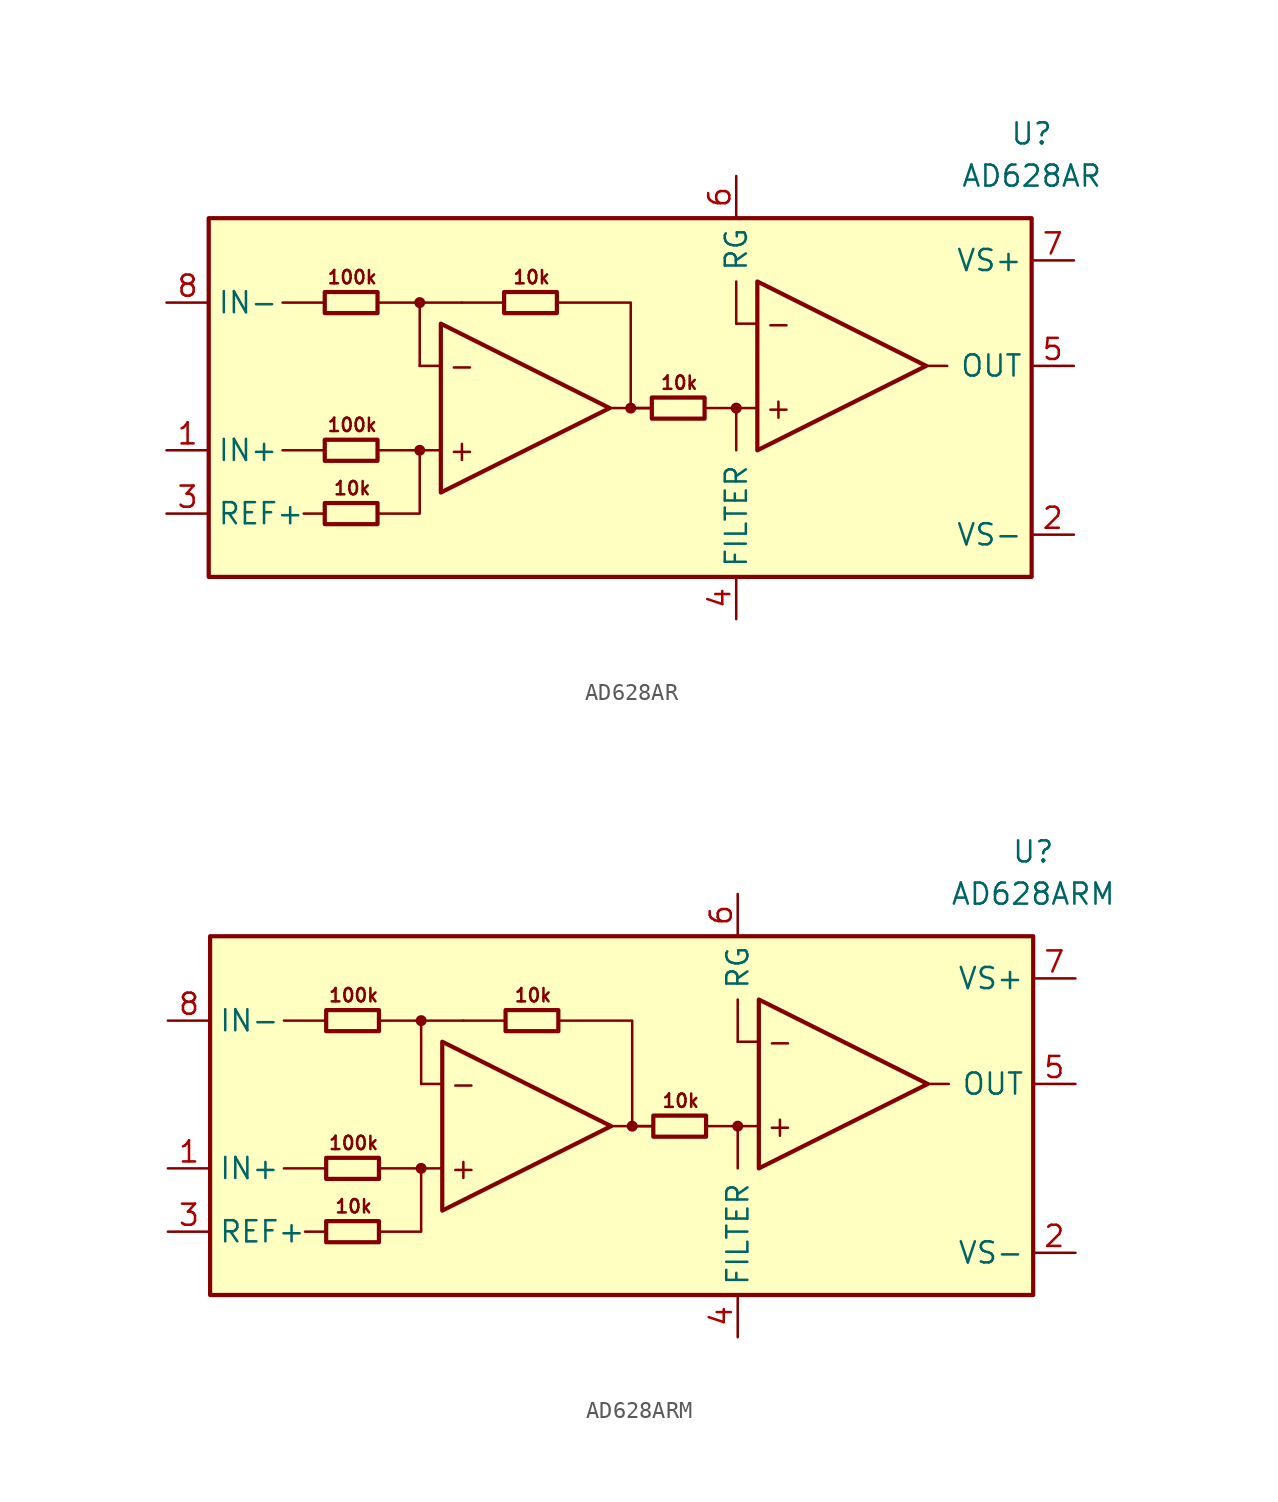
<source format=kicad_sym>
(kicad_symbol_lib
  (version 20211014)
  (generator kicad_symbol_editor)
  (symbol "AD628AR"
    (property "Reference" "U"
      (at 24.13 15.24 0)
      (effects (font (size 1.27 1.27))))
    (property "Value" "AD628AR"
      (at 24.13 12.7 0)
      (effects (font (size 1.27 1.27))))
    (symbol "AD628AR_0_0"
      (rectangle (start -25.4 10.16) (end 24.13 -11.43) (stroke (width 0.254) (type default) (color 0 0 0 0)) (fill (type background)))
      (circle (center -12.7 -3.81) (radius 0.254) (stroke (width 0.152) (type default) (color 0 0 0 0)) (fill (type outline)))
      (circle (center -12.7 5.08) (radius 0.254) (stroke (width 0.152) (type default) (color 0 0 0 0)) (fill (type outline)))
      (circle (center 0 -1.27) (radius 0.254) (stroke (width 0.152) (type default) (color 0 0 0 0)) (fill (type outline)))
      (polyline (pts (xy -18.415 -7.62) (xy -19.685 -7.62)) (stroke (width 0.152) (type default) (color 0 0 0 0)) (fill (type none)))
      (polyline (pts (xy -18.415 -3.81) (xy -20.955 -3.81)) (stroke (width 0.152) (type default) (color 0 0 0 0)) (fill (type none)))
      (polyline (pts (xy -18.415 5.08) (xy -20.955 5.08)) (stroke (width 0.152) (type default) (color 0 0 0 0)) (fill (type none)))
      (polyline (pts (xy -12.7 1.27) (xy -12.7 5.08)) (stroke (width 0.152) (type default) (color 0 0 0 0)) (fill (type none)))
      (polyline (pts (xy -11.43 -3.81) (xy -15.24 -3.81)) (stroke (width 0.152) (type default) (color 0 0 0 0)) (fill (type none)))
      (polyline (pts (xy -11.43 1.27) (xy -12.7 1.27)) (stroke (width 0.152) (type default) (color 0 0 0 0)) (fill (type none)))
      (polyline (pts (xy -10.16 5.08) (xy -15.24 5.08)) (stroke (width 0.152) (type default) (color 0 0 0 0)) (fill (type none)))
      (polyline (pts (xy -7.62 5.08) (xy -10.16 5.08)) (stroke (width 0.152) (type default) (color 0 0 0 0)) (fill (type none)))
      (polyline (pts (xy 0 -1.27) (xy 1.27 -1.27)) (stroke (width 0.152) (type default) (color 0 0 0 0)) (fill (type none)))
      (polyline (pts (xy 1.27 -1.27) (xy -1.27 -1.27)) (stroke (width 0.152) (type default) (color 0 0 0 0)) (fill (type none)))
      (polyline (pts (xy 4.445 -1.27) (xy 6.35 -1.27)) (stroke (width 0.152) (type default) (color 0 0 0 0)) (fill (type none)))
      (polyline (pts (xy 6.35 -1.27) (xy 6.35 -3.81)) (stroke (width 0.152) (type default) (color 0 0 0 0)) (fill (type none)))
      (polyline (pts (xy 6.35 3.81) (xy 6.35 6.35)) (stroke (width 0.152) (type default) (color 0 0 0 0)) (fill (type none)))
      (polyline (pts (xy 7.62 -1.27) (xy 6.35 -1.27)) (stroke (width 0.152) (type default) (color 0 0 0 0)) (fill (type none)))
      (polyline (pts (xy 7.62 3.81) (xy 6.35 3.81)) (stroke (width 0.152) (type default) (color 0 0 0 0)) (fill (type none)))
      (polyline (pts (xy 17.78 1.27) (xy 19.05 1.27)) (stroke (width 0.152) (type default) (color 0 0 0 0)) (fill (type none)))
      (polyline (pts (xy -15.24 -7.62) (xy -12.7 -7.62) (xy -12.7 -3.81)) (stroke (width 0.152) (type default) (color 0 0 0 0)) (fill (type none)))
      (polyline (pts (xy -4.445 5.08) (xy 0 5.08) (xy 0 -1.27) (xy 0 -1.27)) (stroke (width 0.152) (type default) (color 0 0 0 0)) (fill (type none)))
      (circle (center 6.35 -1.27) (radius 0.254) (stroke (width 0.152) (type default) (color 0 0 0 0)) (fill (type outline)))
      (text "+" (at -10.16 -3.81 0) (effects (font (size 1.27 1.27))))
      (text "+" (at 8.89 -1.27 0) (effects (font (size 1.27 1.27))))
      (text "-" (at -10.16 1.27 0) (effects (font (size 1.27 1.27))))
      (text "-" (at 8.89 3.81 0) (effects (font (size 1.27 1.27))))
      (text "100k" (at -16.764 -2.286 0) (effects (font (size 0.8 0.8))))
      (text "100k" (at -16.764 6.604 0) (effects (font (size 0.8 0.8))))
      (text "10k" (at -16.764 -6.096 0) (effects (font (size 0.8 0.8))))
      (text "10k" (at -5.969 6.604 0) (effects (font (size 0.8 0.8))))
      (text "10k" (at 2.921 0.254 0) (effects (font (size 0.8 0.8)))))
    (symbol "AD628AR_0_1"
      (rectangle (start -18.415 -6.985) (end -15.24 -8.255) (stroke (width 0.254) (type default) (color 0 0 0 0)) (fill (type none)))
      (rectangle (start -18.415 -3.175) (end -15.24 -4.445) (stroke (width 0.254) (type default) (color 0 0 0 0)) (fill (type none)))
      (rectangle (start -18.415 5.715) (end -15.24 4.445) (stroke (width 0.254) (type default) (color 0 0 0 0)) (fill (type none)))
      (rectangle (start -7.62 5.715) (end -4.445 4.445) (stroke (width 0.254) (type default) (color 0 0 0 0)) (fill (type none)))
      (polyline (pts (xy -11.43 3.81) (xy -11.43 -6.35) (xy -1.27 -1.27) (xy -11.43 3.81)) (stroke (width 0.254) (type default) (color 0 0 0 0)) (fill (type none)))
      (polyline (pts (xy 7.62 6.35) (xy 7.62 -3.81) (xy 17.78 1.27) (xy 7.62 6.35)) (stroke (width 0.254) (type default) (color 0 0 0 0)) (fill (type none)))
      (rectangle (start 1.27 -0.635) (end 4.445 -1.905) (stroke (width 0.254) (type default) (color 0 0 0 0)) (fill (type none))))
    (symbol "AD628AR_1_1"
      (pin input line (at -27.94 -3.81 0) (length 2.54) (name "IN+" (effects (font (size 1.27 1.27)))) (number "1" (effects (font (size 1.27 1.27)))))
      (pin power_in line (at 26.67 -8.89 180) (length 2.54) (name "VS-" (effects (font (size 1.27 1.27)))) (number "2" (effects (font (size 1.27 1.27)))))
      (pin input line (at -27.94 -7.62 0) (length 2.54) (name "REF+" (effects (font (size 1.27 1.27)))) (number "3" (effects (font (size 1.27 1.27)))))
      (pin passive line (at 6.35 -13.97 90) (length 2.54) (name "FILTER" (effects (font (size 1.27 1.27)))) (number "4" (effects (font (size 1.27 1.27)))))
      (pin output line (at 26.67 1.27 180) (length 2.54) (name "OUT" (effects (font (size 1.27 1.27)))) (number "5" (effects (font (size 1.27 1.27)))))
      (pin passive line (at 6.35 12.7 270) (length 2.54) (name "RG" (effects (font (size 1.27 1.27)))) (number "6" (effects (font (size 1.27 1.27)))))
      (pin power_in line (at 26.67 7.62 180) (length 2.54) (name "VS+" (effects (font (size 1.27 1.27)))) (number "7" (effects (font (size 1.27 1.27)))))
      (pin input line (at -27.94 5.08 0) (length 2.54) (name "IN-" (effects (font (size 1.27 1.27)))) (number "8" (effects (font (size 1.27 1.27)))))))
  (symbol "AD628ARM"
    (property "Reference" "U"
      (at 24.13 15.24 0)
      (effects (font (size 1.27 1.27))))
    (property "Value" "AD628ARM"
      (at 24.13 12.7 0)
      (effects (font (size 1.27 1.27))))
    (symbol "AD628ARM_0_0"
      (rectangle (start -25.4 10.16) (end 24.13 -11.43) (stroke (width 0.254) (type default) (color 0 0 0 0)) (fill (type background)))
      (circle (center -12.7 -3.81) (radius 0.254) (stroke (width 0.152) (type default) (color 0 0 0 0)) (fill (type outline)))
      (circle (center -12.7 5.08) (radius 0.254) (stroke (width 0.152) (type default) (color 0 0 0 0)) (fill (type outline)))
      (circle (center 0 -1.27) (radius 0.254) (stroke (width 0.152) (type default) (color 0 0 0 0)) (fill (type outline)))
      (polyline (pts (xy -18.415 -7.62) (xy -19.685 -7.62)) (stroke (width 0.152) (type default) (color 0 0 0 0)) (fill (type none)))
      (polyline (pts (xy -18.415 -3.81) (xy -20.955 -3.81)) (stroke (width 0.152) (type default) (color 0 0 0 0)) (fill (type none)))
      (polyline (pts (xy -18.415 5.08) (xy -20.955 5.08)) (stroke (width 0.152) (type default) (color 0 0 0 0)) (fill (type none)))
      (polyline (pts (xy -12.7 1.27) (xy -12.7 5.08)) (stroke (width 0.152) (type default) (color 0 0 0 0)) (fill (type none)))
      (polyline (pts (xy -11.43 -3.81) (xy -15.24 -3.81)) (stroke (width 0.152) (type default) (color 0 0 0 0)) (fill (type none)))
      (polyline (pts (xy -11.43 1.27) (xy -12.7 1.27)) (stroke (width 0.152) (type default) (color 0 0 0 0)) (fill (type none)))
      (polyline (pts (xy -10.16 5.08) (xy -15.24 5.08)) (stroke (width 0.152) (type default) (color 0 0 0 0)) (fill (type none)))
      (polyline (pts (xy -7.62 5.08) (xy -10.16 5.08)) (stroke (width 0.152) (type default) (color 0 0 0 0)) (fill (type none)))
      (polyline (pts (xy 0 -1.27) (xy 1.27 -1.27)) (stroke (width 0.152) (type default) (color 0 0 0 0)) (fill (type none)))
      (polyline (pts (xy 1.27 -1.27) (xy -1.27 -1.27)) (stroke (width 0.152) (type default) (color 0 0 0 0)) (fill (type none)))
      (polyline (pts (xy 4.445 -1.27) (xy 6.35 -1.27)) (stroke (width 0.152) (type default) (color 0 0 0 0)) (fill (type none)))
      (polyline (pts (xy 6.35 -1.27) (xy 6.35 -3.81)) (stroke (width 0.152) (type default) (color 0 0 0 0)) (fill (type none)))
      (polyline (pts (xy 6.35 3.81) (xy 6.35 6.35)) (stroke (width 0.152) (type default) (color 0 0 0 0)) (fill (type none)))
      (polyline (pts (xy 7.62 -1.27) (xy 6.35 -1.27)) (stroke (width 0.152) (type default) (color 0 0 0 0)) (fill (type none)))
      (polyline (pts (xy 7.62 3.81) (xy 6.35 3.81)) (stroke (width 0.152) (type default) (color 0 0 0 0)) (fill (type none)))
      (polyline (pts (xy 17.78 1.27) (xy 19.05 1.27)) (stroke (width 0.152) (type default) (color 0 0 0 0)) (fill (type none)))
      (polyline (pts (xy -15.24 -7.62) (xy -12.7 -7.62) (xy -12.7 -3.81)) (stroke (width 0.152) (type default) (color 0 0 0 0)) (fill (type none)))
      (polyline (pts (xy -4.445 5.08) (xy 0 5.08) (xy 0 -1.27) (xy 0 -1.27)) (stroke (width 0.152) (type default) (color 0 0 0 0)) (fill (type none)))
      (circle (center 6.35 -1.27) (radius 0.254) (stroke (width 0.152) (type default) (color 0 0 0 0)) (fill (type outline)))
      (text "+" (at -10.16 -3.81 0) (effects (font (size 1.27 1.27))))
      (text "+" (at 8.89 -1.27 0) (effects (font (size 1.27 1.27))))
      (text "-" (at -10.16 1.27 0) (effects (font (size 1.27 1.27))))
      (text "-" (at 8.89 3.81 0) (effects (font (size 1.27 1.27))))
      (text "100k" (at -16.764 -2.286 0) (effects (font (size 0.8 0.8))))
      (text "100k" (at -16.764 6.604 0) (effects (font (size 0.8 0.8))))
      (text "10k" (at -16.764 -6.096 0) (effects (font (size 0.8 0.8))))
      (text "10k" (at -5.969 6.604 0) (effects (font (size 0.8 0.8))))
      (text "10k" (at 2.921 0.254 0) (effects (font (size 0.8 0.8)))))
    (symbol "AD628ARM_0_1"
      (rectangle (start -18.415 -6.985) (end -15.24 -8.255) (stroke (width 0.254) (type default) (color 0 0 0 0)) (fill (type none)))
      (rectangle (start -18.415 -3.175) (end -15.24 -4.445) (stroke (width 0.254) (type default) (color 0 0 0 0)) (fill (type none)))
      (rectangle (start -18.415 5.715) (end -15.24 4.445) (stroke (width 0.254) (type default) (color 0 0 0 0)) (fill (type none)))
      (rectangle (start -7.62 5.715) (end -4.445 4.445) (stroke (width 0.254) (type default) (color 0 0 0 0)) (fill (type none)))
      (polyline (pts (xy -11.43 3.81) (xy -11.43 -6.35) (xy -1.27 -1.27) (xy -11.43 3.81)) (stroke (width 0.254) (type default) (color 0 0 0 0)) (fill (type none)))
      (polyline (pts (xy 7.62 6.35) (xy 7.62 -3.81) (xy 17.78 1.27) (xy 7.62 6.35)) (stroke (width 0.254) (type default) (color 0 0 0 0)) (fill (type none)))
      (rectangle (start 1.27 -0.635) (end 4.445 -1.905) (stroke (width 0.254) (type default) (color 0 0 0 0)) (fill (type none))))
    (symbol "AD628ARM_1_1"
      (pin input line (at -27.94 -3.81 0) (length 2.54) (name "IN+" (effects (font (size 1.27 1.27)))) (number "1" (effects (font (size 1.27 1.27)))))
      (pin power_in line (at 26.67 -8.89 180) (length 2.54) (name "VS-" (effects (font (size 1.27 1.27)))) (number "2" (effects (font (size 1.27 1.27)))))
      (pin input line (at -27.94 -7.62 0) (length 2.54) (name "REF+" (effects (font (size 1.27 1.27)))) (number "3" (effects (font (size 1.27 1.27)))))
      (pin passive line (at 6.35 -13.97 90) (length 2.54) (name "FILTER" (effects (font (size 1.27 1.27)))) (number "4" (effects (font (size 1.27 1.27)))))
      (pin output line (at 26.67 1.27 180) (length 2.54) (name "OUT" (effects (font (size 1.27 1.27)))) (number "5" (effects (font (size 1.27 1.27)))))
      (pin passive line (at 6.35 12.7 270) (length 2.54) (name "RG" (effects (font (size 1.27 1.27)))) (number "6" (effects (font (size 1.27 1.27)))))
      (pin power_in line (at 26.67 7.62 180) (length 2.54) (name "VS+" (effects (font (size 1.27 1.27)))) (number "7" (effects (font (size 1.27 1.27)))))
      (pin input line (at -27.94 5.08 0) (length 2.54) (name "IN-" (effects (font (size 1.27 1.27)))) (number "8" (effects (font (size 1.27 1.27))))))))
</source>
